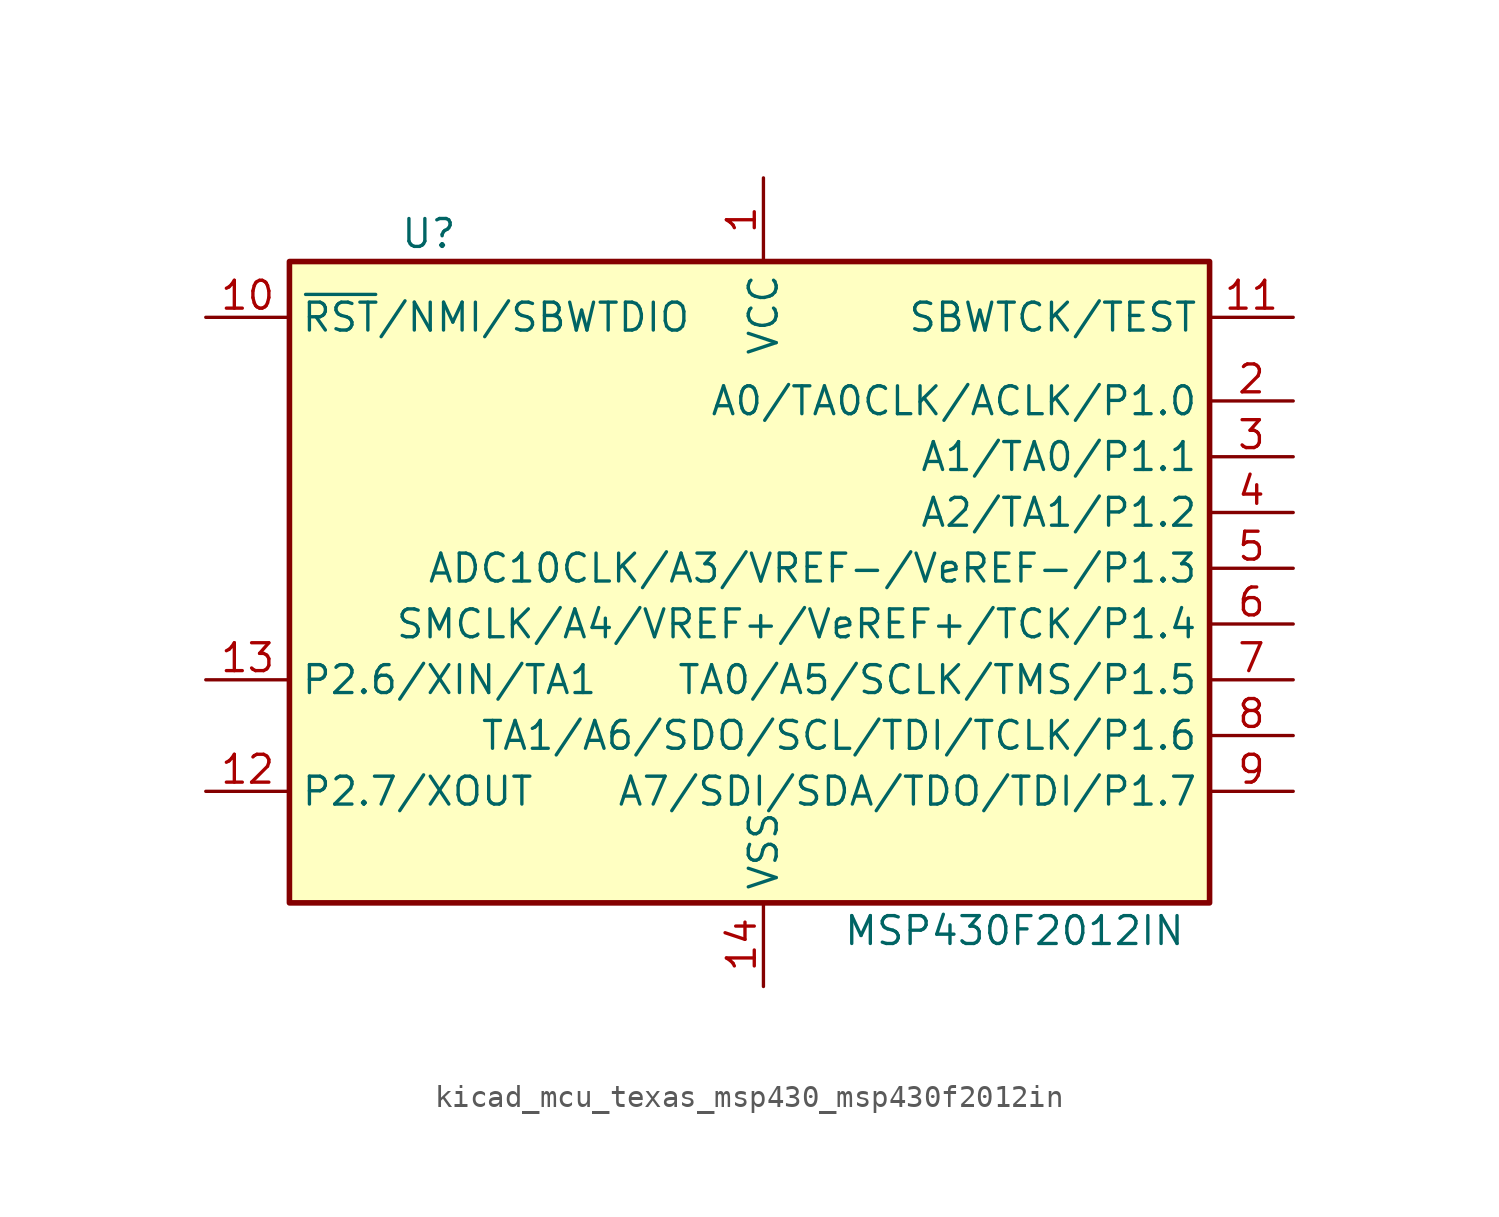
<source format=kicad_sym>
(kicad_symbol_lib
  (version 20220914)
  (generator kicad_symbol_editor)
  (symbol "kicad_mcu_texas_msp430_msp430f2012in"
    (property "Reference" "U"
      (at -15.24 15.24 0)
      (effects (font (size 1.27 1.27))))
    (property "Value" "MSP430F2012IN"
      (at 11.43 -16.51 0)
      (effects (font (size 1.27 1.27))))
    (symbol "kicad_mcu_texas_msp430_msp430f2012in_0_1"
      (rectangle (start -21.59 13.97) (end 20.32 -15.24) (stroke (width 0.254) (type default)) (fill (type background))))
    (symbol "kicad_mcu_texas_msp430_msp430f2012in_1_1"
      (pin power_in line (at 0 17.78 270) (length 3.81) (name "VCC" (effects (font (size 1.27 1.27)))) (number "1" (effects (font (size 1.27 1.27)))))
      (pin input line (at -25.4 11.43 0) (length 3.81) (name "~{RST}/NMI/SBWTDIO" (effects (font (size 1.27 1.27)))) (number "10" (effects (font (size 1.27 1.27)))))
      (pin input line (at 24.13 11.43 180) (length 3.81) (name "SBWTCK/TEST" (effects (font (size 1.27 1.27)))) (number "11" (effects (font (size 1.27 1.27)))))
      (pin bidirectional line (at -25.4 -10.16 0) (length 3.81) (name "P2.7/XOUT" (effects (font (size 1.27 1.27)))) (number "12" (effects (font (size 1.27 1.27)))))
      (pin bidirectional line (at -25.4 -5.08 0) (length 3.81) (name "P2.6/XIN/TA1" (effects (font (size 1.27 1.27)))) (number "13" (effects (font (size 1.27 1.27)))))
      (pin power_in line (at 0 -19.05 90) (length 3.81) (name "VSS" (effects (font (size 1.27 1.27)))) (number "14" (effects (font (size 1.27 1.27)))))
      (pin bidirectional line (at 24.13 7.62 180) (length 3.81) (name "A0/TA0CLK/ACLK/P1.0" (effects (font (size 1.27 1.27)))) (number "2" (effects (font (size 1.27 1.27)))))
      (pin bidirectional line (at 24.13 5.08 180) (length 3.81) (name "A1/TA0/P1.1" (effects (font (size 1.27 1.27)))) (number "3" (effects (font (size 1.27 1.27)))))
      (pin bidirectional line (at 24.13 2.54 180) (length 3.81) (name "A2/TA1/P1.2" (effects (font (size 1.27 1.27)))) (number "4" (effects (font (size 1.27 1.27)))))
      (pin bidirectional line (at 24.13 0 180) (length 3.81) (name "ADC10CLK/A3/VREF-/VeREF-/P1.3" (effects (font (size 1.27 1.27)))) (number "5" (effects (font (size 1.27 1.27)))))
      (pin bidirectional line (at 24.13 -2.54 180) (length 3.81) (name "SMCLK/A4/VREF+/VeREF+/TCK/P1.4" (effects (font (size 1.27 1.27)))) (number "6" (effects (font (size 1.27 1.27)))))
      (pin bidirectional line (at 24.13 -5.08 180) (length 3.81) (name "TA0/A5/SCLK/TMS/P1.5" (effects (font (size 1.27 1.27)))) (number "7" (effects (font (size 1.27 1.27)))))
      (pin bidirectional line (at 24.13 -7.62 180) (length 3.81) (name "TA1/A6/SDO/SCL/TDI/TCLK/P1.6" (effects (font (size 1.27 1.27)))) (number "8" (effects (font (size 1.27 1.27)))))
      (pin bidirectional line (at 24.13 -10.16 180) (length 3.81) (name "A7/SDI/SDA/TDO/TDI/P1.7" (effects (font (size 1.27 1.27)))) (number "9" (effects (font (size 1.27 1.27))))))))
</source>
